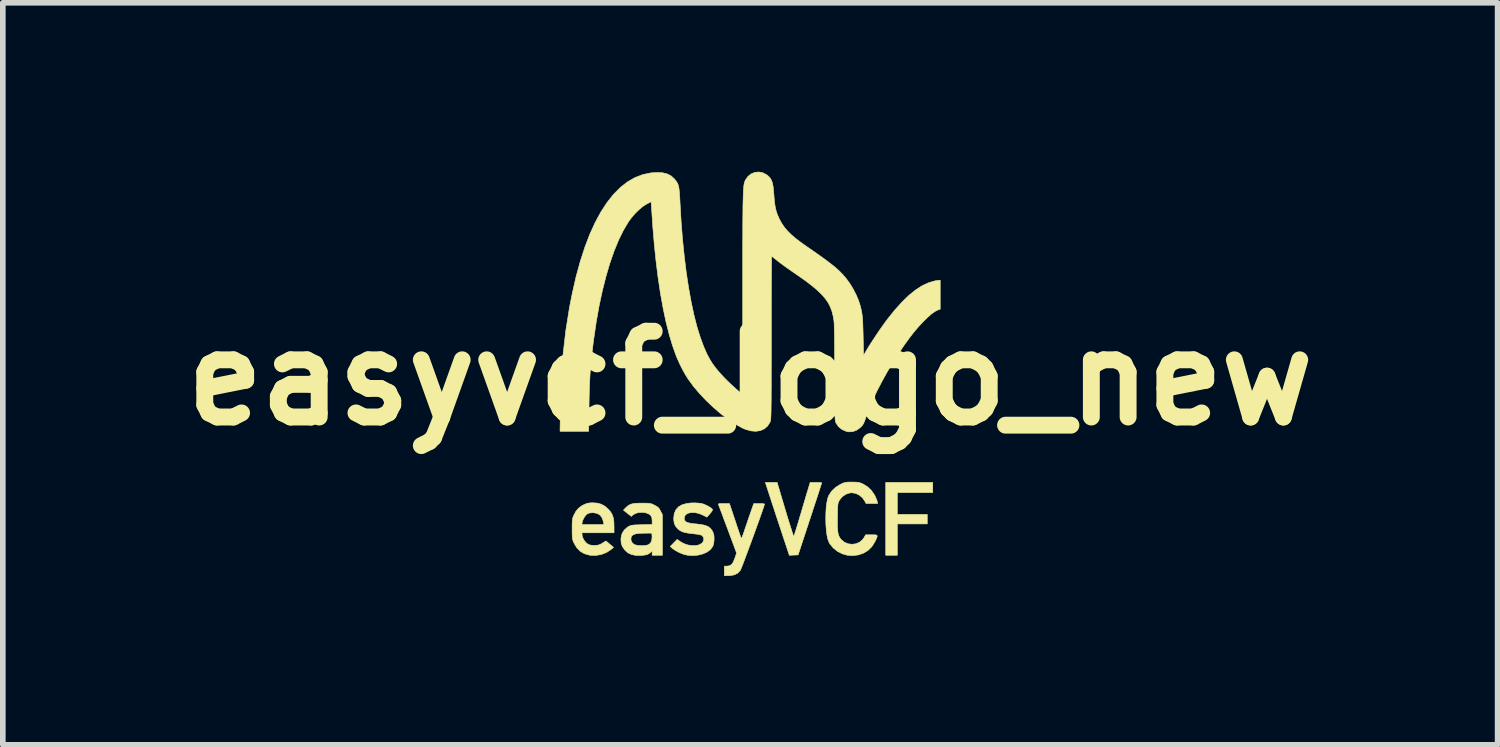
<source format=kicad_pcb>
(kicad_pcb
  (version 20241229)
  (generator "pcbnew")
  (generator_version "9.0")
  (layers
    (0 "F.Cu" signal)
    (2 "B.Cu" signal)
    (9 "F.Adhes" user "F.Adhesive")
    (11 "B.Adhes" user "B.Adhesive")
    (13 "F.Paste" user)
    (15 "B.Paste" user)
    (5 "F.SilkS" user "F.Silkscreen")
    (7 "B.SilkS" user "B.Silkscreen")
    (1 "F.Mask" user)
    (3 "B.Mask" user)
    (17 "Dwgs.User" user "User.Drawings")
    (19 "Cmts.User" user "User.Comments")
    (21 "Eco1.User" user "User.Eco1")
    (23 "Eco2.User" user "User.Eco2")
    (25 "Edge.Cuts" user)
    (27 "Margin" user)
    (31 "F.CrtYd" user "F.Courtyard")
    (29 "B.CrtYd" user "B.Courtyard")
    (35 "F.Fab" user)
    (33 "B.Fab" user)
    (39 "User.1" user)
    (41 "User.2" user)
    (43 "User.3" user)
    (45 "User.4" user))
  (footprint "easyvcf_logo_new"
    (layer "F.Cu")
    (at 10.276 3.668)
    (property "Reference" "easyvcf_logo_new" (at 0 0 0) (layer "F.SilkS") (effects (font (size 1.524 1.524) (thickness 0.3))))
    (attr through_hole)
    (fp_poly (pts (xy 3.242 2.032) (xy 2.613 2.032) (xy 2.613 2.419) (xy 3.145 2.419) (xy 3.145 2.588) (xy 2.613 2.588) (xy 2.613 3.145) (xy 2.407 3.145) (xy 2.407 1.851) (xy 3.242 1.851) (xy 3.242 2.032)) (stroke (width 0.01) (type solid)) (fill yes) (layer "F.SilkS"))
    (fp_poly (pts (xy 0.622 2.335) (xy 0.653 2.438) (xy 0.682 2.533) (xy 0.709 2.618) (xy 0.732 2.69) (xy 0.75 2.747) (xy 0.764 2.787) (xy 0.773 2.807) (xy 0.774 2.809) (xy 0.78 2.796) (xy 0.791 2.762) (xy 0.807 2.71) (xy 0.828 2.644) (xy 0.852 2.565) (xy 0.878 2.476) (xy 0.901 2.401) (xy 0.93 2.303) (xy 0.957 2.21) (xy 0.983 2.123) (xy 1.005 2.048) (xy 1.024 1.987) (xy 1.037 1.944) (xy 1.042 1.926) (xy 1.065 1.851) (xy 1.168 1.851) (xy 1.214 1.852) (xy 1.249 1.854) (xy 1.268 1.858) (xy 1.27 1.86) (xy 1.266 1.873) (xy 1.255 1.906) (xy 1.238 1.959) (xy 1.216 2.028) (xy 1.189 2.112) (xy 1.157 2.208) (xy 1.122 2.314) (xy 1.085 2.429) (xy 1.06 2.504) (xy 0.851 3.139) (xy 0.773 3.142) (xy 0.695 3.146) (xy 0.581 2.804) (xy 0.546 2.696) (xy 0.506 2.576) (xy 0.465 2.453) (xy 0.426 2.332) (xy 0.389 2.221) (xy 0.368 2.156) (xy 0.269 1.851) (xy 0.478 1.851) (xy 0.622 2.335)) (stroke (width 0.01) (type solid)) (fill yes) (layer "F.SilkS"))
    (fp_poly (pts (xy -0.267 2.531) (xy -0.24 2.613) (xy -0.215 2.687) (xy -0.193 2.75) (xy -0.176 2.8) (xy -0.164 2.833) (xy -0.158 2.845) (xy -0.152 2.838) (xy -0.14 2.812) (xy -0.124 2.77) (xy -0.106 2.718) (xy -0.104 2.712) (xy -0.082 2.645) (xy -0.054 2.565) (xy -0.026 2.481) (xy 0.001 2.404) (xy 0.003 2.398) (xy 0.063 2.226) (xy 0.159 2.226) (xy 0.203 2.227) (xy 0.237 2.23) (xy 0.253 2.235) (xy 0.254 2.236) (xy 0.25 2.253) (xy 0.238 2.289) (xy 0.22 2.343) (xy 0.196 2.412) (xy 0.168 2.492) (xy 0.136 2.581) (xy 0.101 2.678) (xy 0.065 2.778) (xy 0.028 2.879) (xy -0.009 2.979) (xy -0.045 3.075) (xy -0.078 3.164) (xy -0.108 3.244) (xy -0.134 3.312) (xy -0.155 3.365) (xy -0.17 3.4) (xy -0.177 3.415) (xy -0.223 3.463) (xy -0.285 3.494) (xy -0.364 3.507) (xy -0.384 3.507) (xy -0.46 3.508) (xy -0.46 3.338) (xy -0.413 3.338) (xy -0.369 3.332) (xy -0.335 3.312) (xy -0.306 3.276) (xy -0.281 3.218) (xy -0.273 3.197) (xy -0.242 3.105) (xy -0.398 2.686) (xy -0.434 2.59) (xy -0.468 2.501) (xy -0.497 2.421) (xy -0.523 2.353) (xy -0.543 2.299) (xy -0.557 2.263) (xy -0.563 2.247) (xy -0.563 2.247) (xy -0.565 2.236) (xy -0.557 2.23) (xy -0.537 2.227) (xy -0.499 2.226) (xy -0.47 2.226) (xy -0.369 2.226) (xy -0.267 2.531)) (stroke (width 0.01) (type solid)) (fill yes) (layer "F.SilkS"))
    (fp_poly (pts (xy -2.716 2.219) (xy -2.646 2.238) (xy -2.584 2.272) (xy -2.526 2.322) (xy -2.482 2.372) (xy -2.452 2.422) (xy -2.432 2.479) (xy -2.422 2.547) (xy -2.419 2.633) (xy -2.419 2.746) (xy -2.988 2.746) (xy -2.988 2.778) (xy -2.978 2.826) (xy -2.953 2.877) (xy -2.917 2.921) (xy -2.895 2.939) (xy -2.864 2.957) (xy -2.831 2.966) (xy -2.786 2.969) (xy -2.77 2.969) (xy -2.721 2.968) (xy -2.685 2.96) (xy -2.649 2.944) (xy -2.626 2.93) (xy -2.562 2.891) (xy -2.495 2.948) (xy -2.428 3.005) (xy -2.469 3.04) (xy -2.55 3.094) (xy -2.643 3.131) (xy -2.742 3.148) (xy -2.842 3.145) (xy -2.852 3.144) (xy -2.943 3.118) (xy -3.019 3.075) (xy -3.08 3.012) (xy -3.123 2.941) (xy -3.139 2.91) (xy -3.149 2.883) (xy -3.156 2.857) (xy -3.16 2.826) (xy -3.162 2.785) (xy -3.163 2.728) (xy -3.163 2.679) (xy -3.163 2.608) (xy -3.162 2.573) (xy -2.988 2.573) (xy -2.988 2.6) (xy -2.598 2.6) (xy -2.606 2.556) (xy -2.628 2.485) (xy -2.665 2.434) (xy -2.716 2.402) (xy -2.782 2.39) (xy -2.796 2.389) (xy -2.848 2.393) (xy -2.886 2.405) (xy -2.899 2.414) (xy -2.928 2.443) (xy -2.956 2.485) (xy -2.977 2.53) (xy -2.987 2.568) (xy -2.988 2.573) (xy -3.162 2.573) (xy -3.161 2.556) (xy -3.159 2.518) (xy -3.154 2.489) (xy -3.146 2.463) (xy -3.134 2.437) (xy -3.132 2.431) (xy -3.094 2.362) (xy -3.051 2.311) (xy -2.997 2.27) (xy -2.961 2.25) (xy -2.913 2.229) (xy -2.872 2.218) (xy -2.824 2.214) (xy -2.8 2.213) (xy -2.716 2.219)) (stroke (width 0.01) (type solid)) (fill yes) (layer "F.SilkS"))
    (fp_poly (pts (xy 1.868 1.846) (xy 1.911 1.849) (xy 1.946 1.856) (xy 1.98 1.869) (xy 2.005 1.88) (xy 2.084 1.929) (xy 2.154 1.996) (xy 2.211 2.078) (xy 2.25 2.168) (xy 2.256 2.192) (xy 2.264 2.226) (xy 2.057 2.226) (xy 2.037 2.186) (xy 1.995 2.125) (xy 1.939 2.078) (xy 1.874 2.046) (xy 1.807 2.035) (xy 1.768 2.038) (xy 1.697 2.062) (xy 1.635 2.105) (xy 1.588 2.162) (xy 1.588 2.162) (xy 1.576 2.183) (xy 1.568 2.201) (xy 1.561 2.223) (xy 1.557 2.25) (xy 1.554 2.288) (xy 1.552 2.34) (xy 1.551 2.41) (xy 1.55 2.455) (xy 1.549 2.558) (xy 1.55 2.641) (xy 1.554 2.706) (xy 1.561 2.757) (xy 1.573 2.797) (xy 1.588 2.829) (xy 1.609 2.858) (xy 1.617 2.867) (xy 1.673 2.914) (xy 1.739 2.941) (xy 1.808 2.95) (xy 1.877 2.941) (xy 1.941 2.914) (xy 1.994 2.87) (xy 2.023 2.83) (xy 2.05 2.782) (xy 2.157 2.782) (xy 2.207 2.782) (xy 2.239 2.785) (xy 2.254 2.794) (xy 2.255 2.814) (xy 2.243 2.847) (xy 2.218 2.898) (xy 2.212 2.911) (xy 2.16 2.993) (xy 2.091 3.06) (xy 2.009 3.109) (xy 1.916 3.14) (xy 1.814 3.151) (xy 1.72 3.144) (xy 1.632 3.118) (xy 1.548 3.074) (xy 1.475 3.015) (xy 1.417 2.945) (xy 1.397 2.909) (xy 1.377 2.854) (xy 1.362 2.78) (xy 1.351 2.691) (xy 1.344 2.594) (xy 1.342 2.492) (xy 1.344 2.391) (xy 1.35 2.294) (xy 1.361 2.208) (xy 1.376 2.136) (xy 1.395 2.085) (xy 1.447 2.006) (xy 1.518 1.938) (xy 1.603 1.885) (xy 1.609 1.882) (xy 1.648 1.864) (xy 1.681 1.853) (xy 1.715 1.847) (xy 1.76 1.845) (xy 1.808 1.845) (xy 1.868 1.846)) (stroke (width 0.01) (type solid)) (fill yes) (layer "F.SilkS"))
    (fp_poly (pts (xy -1.863 2.22) (xy -1.816 2.221) (xy -1.781 2.225) (xy -1.754 2.231) (xy -1.728 2.242) (xy -1.699 2.256) (xy -1.656 2.28) (xy -1.627 2.304) (xy -1.605 2.336) (xy -1.594 2.358) (xy -1.56 2.423) (xy -1.56 3.145) (xy -1.742 3.145) (xy -1.742 3.068) (xy -1.769 3.093) (xy -1.799 3.116) (xy -1.826 3.13) (xy -1.875 3.142) (xy -1.937 3.148) (xy -2.002 3.149) (xy -2.054 3.144) (xy -2.118 3.128) (xy -2.168 3.104) (xy -2.213 3.067) (xy -2.228 3.05) (xy -2.27 2.992) (xy -2.292 2.93) (xy -2.295 2.876) (xy -2.118 2.876) (xy -2.099 2.919) (xy -2.066 2.951) (xy -2.054 2.957) (xy -2.011 2.968) (xy -1.955 2.974) (xy -1.895 2.973) (xy -1.84 2.967) (xy -1.809 2.958) (xy -1.772 2.931) (xy -1.75 2.885) (xy -1.743 2.824) (xy -1.744 2.8) (xy -1.748 2.752) (xy -1.888 2.753) (xy -1.97 2.756) (xy -2.031 2.764) (xy -2.074 2.778) (xy -2.102 2.8) (xy -2.117 2.831) (xy -2.117 2.832) (xy -2.118 2.876) (xy -2.295 2.876) (xy -2.296 2.857) (xy -2.295 2.839) (xy -2.277 2.761) (xy -2.238 2.697) (xy -2.18 2.646) (xy -2.165 2.637) (xy -2.142 2.625) (xy -2.12 2.617) (xy -2.093 2.611) (xy -2.056 2.607) (xy -2.006 2.605) (xy -1.937 2.603) (xy -1.926 2.602) (xy -1.742 2.598) (xy -1.742 2.534) (xy -1.746 2.483) (xy -1.761 2.447) (xy -1.766 2.439) (xy -1.804 2.41) (xy -1.856 2.391) (xy -1.916 2.383) (xy -1.979 2.386) (xy -2.036 2.401) (xy -2.081 2.427) (xy -2.086 2.431) (xy -2.111 2.455) (xy -2.182 2.399) (xy -2.252 2.344) (xy -2.218 2.308) (xy -2.182 2.274) (xy -2.146 2.25) (xy -2.106 2.234) (xy -2.055 2.224) (xy -1.989 2.22) (xy -1.928 2.219) (xy -1.863 2.22)) (stroke (width 0.01) (type solid)) (fill yes) (layer "F.SilkS"))
    (fp_poly (pts (xy -0.928 2.218) (xy -0.879 2.223) (xy -0.87 2.224) (xy -0.827 2.237) (xy -0.78 2.257) (xy -0.735 2.28) (xy -0.698 2.304) (xy -0.674 2.325) (xy -0.669 2.335) (xy -0.675 2.353) (xy -0.694 2.381) (xy -0.718 2.41) (xy -0.77 2.468) (xy -0.842 2.431) (xy -0.91 2.403) (xy -0.977 2.388) (xy -1.039 2.386) (xy -1.093 2.395) (xy -1.136 2.416) (xy -1.163 2.448) (xy -1.172 2.49) (xy -1.171 2.499) (xy -1.163 2.527) (xy -1.144 2.549) (xy -1.112 2.565) (xy -1.062 2.577) (xy -0.993 2.586) (xy -0.964 2.588) (xy -0.874 2.599) (xy -0.804 2.613) (xy -0.751 2.634) (xy -0.71 2.664) (xy -0.679 2.703) (xy -0.656 2.749) (xy -0.644 2.796) (xy -0.641 2.855) (xy -0.646 2.917) (xy -0.658 2.97) (xy -0.666 2.988) (xy -0.706 3.043) (xy -0.766 3.088) (xy -0.841 3.121) (xy -0.927 3.143) (xy -1.021 3.151) (xy -1.116 3.144) (xy -1.186 3.127) (xy -1.261 3.097) (xy -1.331 3.059) (xy -1.379 3.025) (xy -1.421 2.989) (xy -1.359 2.926) (xy -1.297 2.863) (xy -1.243 2.902) (xy -1.179 2.938) (xy -1.109 2.962) (xy -1.038 2.974) (xy -0.97 2.974) (xy -0.91 2.961) (xy -0.862 2.935) (xy -0.842 2.914) (xy -0.824 2.871) (xy -0.83 2.829) (xy -0.844 2.806) (xy -0.856 2.794) (xy -0.874 2.786) (xy -0.902 2.778) (xy -0.943 2.771) (xy -1.004 2.764) (xy -1.02 2.762) (xy -1.1 2.752) (xy -1.16 2.741) (xy -1.207 2.727) (xy -1.244 2.708) (xy -1.277 2.683) (xy -1.286 2.675) (xy -1.326 2.629) (xy -1.349 2.579) (xy -1.358 2.517) (xy -1.359 2.492) (xy -1.35 2.408) (xy -1.322 2.34) (xy -1.275 2.286) (xy -1.209 2.248) (xy -1.123 2.224) (xy -1.046 2.216) (xy -0.987 2.215) (xy -0.928 2.218)) (stroke (width 0.01) (type solid)) (fill yes) (layer "F.SilkS"))
    (fp_poly (pts (xy 0.225 -3.649) (xy 0.292 -3.614) (xy 0.306 -3.603) (xy 0.337 -3.575) (xy 0.362 -3.544) (xy 0.381 -3.507) (xy 0.396 -3.462) (xy 0.407 -3.404) (xy 0.415 -3.329) (xy 0.423 -3.233) (xy 0.423 -3.226) (xy 0.432 -3.127) (xy 0.444 -3.046) (xy 0.46 -2.975) (xy 0.482 -2.909) (xy 0.512 -2.84) (xy 0.52 -2.824) (xy 0.559 -2.752) (xy 0.605 -2.684) (xy 0.66 -2.618) (xy 0.726 -2.552) (xy 0.806 -2.484) (xy 0.903 -2.41) (xy 1.019 -2.328) (xy 1.022 -2.326) (xy 1.148 -2.239) (xy 1.255 -2.163) (xy 1.347 -2.097) (xy 1.424 -2.038) (xy 1.49 -1.986) (xy 1.547 -1.937) (xy 1.596 -1.891) (xy 1.64 -1.846) (xy 1.681 -1.799) (xy 1.71 -1.764) (xy 1.772 -1.678) (xy 1.832 -1.579) (xy 1.884 -1.477) (xy 1.925 -1.379) (xy 1.933 -1.355) (xy 1.952 -1.296) (xy 1.966 -1.242) (xy 1.978 -1.189) (xy 1.987 -1.133) (xy 1.994 -1.07) (xy 1.999 -0.996) (xy 2.002 -0.907) (xy 2.005 -0.799) (xy 2.006 -0.751) (xy 2.014 -0.407) (xy 2.067 -0.497) (xy 2.112 -0.572) (xy 2.168 -0.658) (xy 2.229 -0.751) (xy 2.292 -0.845) (xy 2.353 -0.932) (xy 2.408 -1.008) (xy 2.433 -1.042) (xy 2.566 -1.208) (xy 2.694 -1.35) (xy 2.817 -1.47) (xy 2.937 -1.567) (xy 3.053 -1.642) (xy 3.167 -1.695) (xy 3.277 -1.728) (xy 3.317 -1.734) (xy 3.375 -1.741) (xy 3.375 -1.226) (xy 3.332 -1.211) (xy 3.281 -1.185) (xy 3.219 -1.141) (xy 3.15 -1.08) (xy 3.074 -1.006) (xy 2.995 -0.921) (xy 2.914 -0.826) (xy 2.834 -0.724) (xy 2.831 -0.72) (xy 2.728 -0.577) (xy 2.625 -0.424) (xy 2.525 -0.264) (xy 2.428 -0.102) (xy 2.338 0.061) (xy 2.255 0.221) (xy 2.181 0.374) (xy 2.119 0.516) (xy 2.07 0.646) (xy 2.05 0.708) (xy 2.032 0.763) (xy 2.015 0.802) (xy 1.996 0.833) (xy 1.97 0.863) (xy 1.96 0.872) (xy 1.895 0.921) (xy 1.825 0.948) (xy 1.752 0.953) (xy 1.705 0.944) (xy 1.629 0.91) (xy 1.567 0.859) (xy 1.524 0.795) (xy 1.519 0.784) (xy 1.515 0.772) (xy 1.512 0.756) (xy 1.509 0.734) (xy 1.507 0.704) (xy 1.505 0.664) (xy 1.503 0.612) (xy 1.502 0.547) (xy 1.501 0.467) (xy 1.501 0.37) (xy 1.5 0.255) (xy 1.5 0.12) (xy 1.5 -0.037) (xy 1.5 -0.095) (xy 1.5 -0.276) (xy 1.499 -0.44) (xy 1.498 -0.585) (xy 1.497 -0.712) (xy 1.495 -0.82) (xy 1.493 -0.906) (xy 1.491 -0.971) (xy 1.488 -1.013) (xy 1.487 -1.023) (xy 1.471 -1.113) (xy 1.45 -1.195) (xy 1.42 -1.272) (xy 1.382 -1.345) (xy 1.332 -1.416) (xy 1.27 -1.488) (xy 1.194 -1.561) (xy 1.102 -1.639) (xy 0.994 -1.722) (xy 0.866 -1.813) (xy 0.762 -1.884) (xy 0.696 -1.93) (xy 0.626 -1.979) (xy 0.561 -2.027) (xy 0.506 -2.069) (xy 0.492 -2.079) (xy 0.45 -2.114) (xy 0.414 -2.141) (xy 0.39 -2.159) (xy 0.38 -2.165) (xy 0.38 -2.153) (xy 0.379 -2.119) (xy 0.378 -2.063) (xy 0.378 -1.987) (xy 0.377 -1.893) (xy 0.377 -1.783) (xy 0.376 -1.657) (xy 0.376 -1.517) (xy 0.375 -1.365) (xy 0.375 -1.202) (xy 0.375 -1.03) (xy 0.375 -0.85) (xy 0.375 -0.717) (xy 0.375 -0.499) (xy 0.375 -0.304) (xy 0.374 -0.13) (xy 0.374 0.023) (xy 0.374 0.157) (xy 0.373 0.274) (xy 0.373 0.374) (xy 0.372 0.46) (xy 0.371 0.532) (xy 0.37 0.591) (xy 0.369 0.639) (xy 0.367 0.678) (xy 0.366 0.708) (xy 0.364 0.732) (xy 0.361 0.749) (xy 0.359 0.762) (xy 0.356 0.772) (xy 0.352 0.78) (xy 0.309 0.849) (xy 0.251 0.899) (xy 0.181 0.931) (xy 0.101 0.943) (xy 0.012 0.936) (xy -0.083 0.909) (xy -0.135 0.887) (xy -0.258 0.819) (xy -0.388 0.734) (xy -0.521 0.633) (xy -0.653 0.519) (xy -0.781 0.398) (xy -0.901 0.271) (xy -1.01 0.142) (xy -1.101 0.017) (xy -1.152 -0.064) (xy -1.205 -0.159) (xy -1.256 -0.262) (xy -1.301 -0.363) (xy -1.316 -0.399) (xy -1.379 -0.576) (xy -1.439 -0.776) (xy -1.495 -0.997) (xy -1.546 -1.238) (xy -1.593 -1.498) (xy -1.635 -1.776) (xy -1.672 -2.07) (xy -1.704 -2.379) (xy -1.731 -2.702) (xy -1.739 -2.822) (xy -1.76 -3.134) (xy -1.838 -3.095) (xy -1.903 -3.054) (xy -1.973 -2.996) (xy -2.045 -2.926) (xy -2.112 -2.847) (xy -2.164 -2.776) (xy -2.253 -2.626) (xy -2.338 -2.453) (xy -2.418 -2.258) (xy -2.493 -2.043) (xy -2.562 -1.808) (xy -2.626 -1.555) (xy -2.684 -1.285) (xy -2.735 -0.999) (xy -2.779 -0.698) (xy -2.788 -0.633) (xy -2.806 -0.48) (xy -2.822 -0.341) (xy -2.834 -0.21) (xy -2.844 -0.082) (xy -2.851 0.049) (xy -2.857 0.188) (xy -2.861 0.341) (xy -2.863 0.487) (xy -2.87 0.943) (xy -3.378 0.943) (xy -3.371 0.475) (xy -3.356 0.022) (xy -3.325 -0.417) (xy -3.276 -0.842) (xy -3.21 -1.259) (xy -3.161 -1.506) (xy -3.094 -1.8) (xy -3.019 -2.074) (xy -2.937 -2.327) (xy -2.849 -2.558) (xy -2.753 -2.768) (xy -2.651 -2.956) (xy -2.542 -3.122) (xy -2.428 -3.266) (xy -2.307 -3.388) (xy -2.18 -3.487) (xy -2.047 -3.564) (xy -1.908 -3.617) (xy -1.764 -3.647) (xy -1.653 -3.654) (xy -1.555 -3.649) (xy -1.474 -3.629) (xy -1.406 -3.594) (xy -1.348 -3.542) (xy -1.318 -3.505) (xy -1.301 -3.479) (xy -1.287 -3.454) (xy -1.277 -3.425) (xy -1.268 -3.389) (xy -1.262 -3.343) (xy -1.256 -3.282) (xy -1.251 -3.205) (xy -1.246 -3.108) (xy -1.227 -2.779) (xy -1.202 -2.464) (xy -1.171 -2.164) (xy -1.136 -1.879) (xy -1.095 -1.611) (xy -1.05 -1.361) (xy -1.001 -1.13) (xy -0.947 -0.918) (xy -0.888 -0.728) (xy -0.826 -0.56) (xy -0.768 -0.429) (xy -0.721 -0.341) (xy -0.672 -0.261) (xy -0.615 -0.184) (xy -0.548 -0.103) (xy -0.467 -0.015) (xy -0.454 -0.002) (xy -0.407 0.046) (xy -0.356 0.095) (xy -0.303 0.144) (xy -0.253 0.189) (xy -0.208 0.228) (xy -0.172 0.258) (xy -0.148 0.275) (xy -0.14 0.278) (xy -0.14 0.266) (xy -0.139 0.232) (xy -0.138 0.175) (xy -0.137 0.099) (xy -0.136 0.004) (xy -0.136 -0.109) (xy -0.135 -0.238) (xy -0.135 -0.382) (xy -0.134 -0.54) (xy -0.134 -0.71) (xy -0.134 -0.89) (xy -0.133 -1.08) (xy -0.133 -1.279) (xy -0.133 -1.484) (xy -0.133 -1.513) (xy -0.133 -1.764) (xy -0.133 -1.993) (xy -0.133 -2.2) (xy -0.133 -2.387) (xy -0.132 -2.553) (xy -0.132 -2.702) (xy -0.131 -2.833) (xy -0.13 -2.948) (xy -0.129 -3.049) (xy -0.127 -3.135) (xy -0.125 -3.21) (xy -0.123 -3.272) (xy -0.121 -3.325) (xy -0.118 -3.369) (xy -0.115 -3.405) (xy -0.111 -3.434) (xy -0.107 -3.457) (xy -0.102 -3.477) (xy -0.097 -3.493) (xy -0.091 -3.507) (xy -0.084 -3.52) (xy -0.084 -3.521) (xy -0.04 -3.584) (xy 0.017 -3.629) (xy 0.083 -3.656) (xy 0.154 -3.663) (xy 0.225 -3.649)) (stroke (width 0.01) (type solid)) (fill yes) (layer "F.SilkS")))
  (gr_rect
    (start -3 -3)
    (end 23.552 10.18)
    (stroke (width 0.1) (type default))
    (fill no)
    (layer "Edge.Cuts")))
</source>
